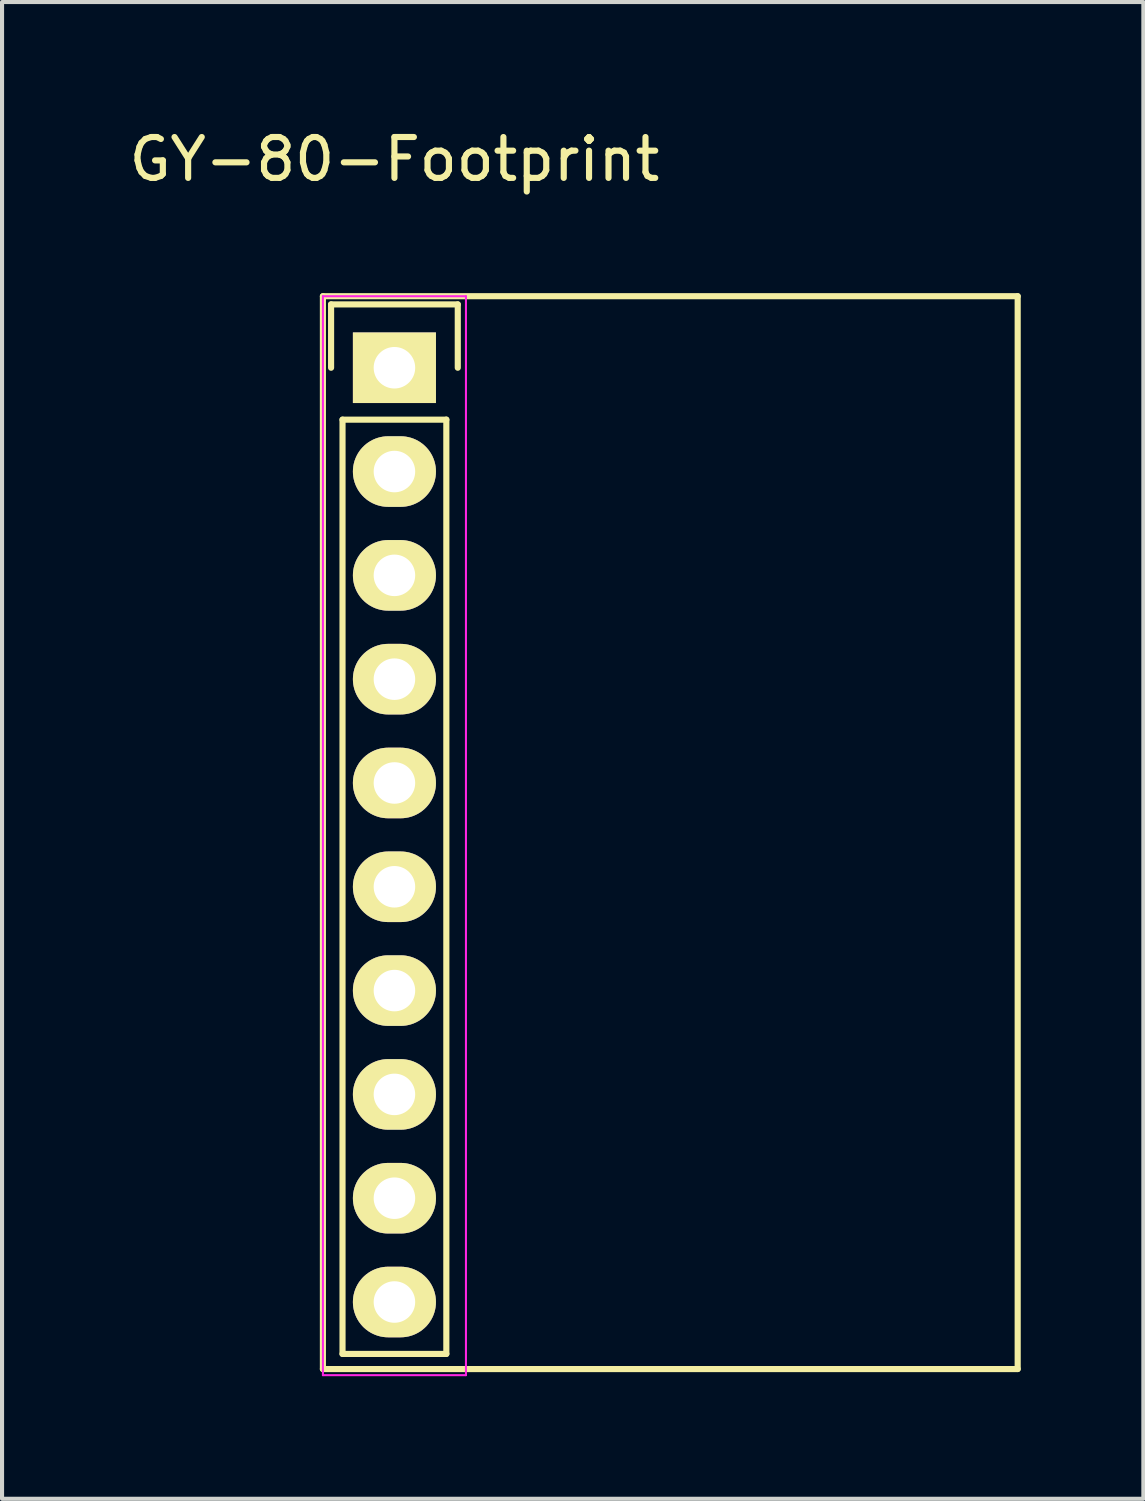
<source format=kicad_pcb>
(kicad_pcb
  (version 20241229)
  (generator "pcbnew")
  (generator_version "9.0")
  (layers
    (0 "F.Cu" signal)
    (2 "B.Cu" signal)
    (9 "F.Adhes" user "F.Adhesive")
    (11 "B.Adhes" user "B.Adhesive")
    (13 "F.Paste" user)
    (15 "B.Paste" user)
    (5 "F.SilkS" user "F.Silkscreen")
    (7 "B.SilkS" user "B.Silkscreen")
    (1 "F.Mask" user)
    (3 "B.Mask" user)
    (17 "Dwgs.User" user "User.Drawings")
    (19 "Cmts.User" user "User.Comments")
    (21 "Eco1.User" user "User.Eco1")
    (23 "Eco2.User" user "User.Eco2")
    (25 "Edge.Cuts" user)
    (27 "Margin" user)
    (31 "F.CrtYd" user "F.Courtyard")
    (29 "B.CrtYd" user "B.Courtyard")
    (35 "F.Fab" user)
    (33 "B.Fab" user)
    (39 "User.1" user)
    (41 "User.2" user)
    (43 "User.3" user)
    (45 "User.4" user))
  (footprint "GY-80-Footprint"
    (placed yes)
    (layer "F.Cu")
    (at 6.601 5.948)
    (property "Reference" "GY-80-Footprint" (at 0 -5.1 0) (layer "F.SilkS") (effects (font (size 1 1) (thickness 0.15))))
    (attr through_hole)
    (fp_line (start -1.75 -1.75) (end 15.25 -1.75) (stroke (width 0.15) (type solid)) (layer "F.SilkS"))
    (fp_line (start -1.75 24.5) (end -1.75 -1.75) (stroke (width 0.15) (type solid)) (layer "F.SilkS"))
    (fp_line (start -1.55 -1.55) (end 1.55 -1.55) (stroke (width 0.15) (type solid)) (layer "F.SilkS"))
    (fp_line (start -1.55 0) (end -1.55 -1.55) (stroke (width 0.15) (type solid)) (layer "F.SilkS"))
    (fp_line (start -1.27 24.13) (end -1.27 1.27) (stroke (width 0.15) (type solid)) (layer "F.SilkS"))
    (fp_line (start 1.27 1.27) (end -1.27 1.27) (stroke (width 0.15) (type solid)) (layer "F.SilkS"))
    (fp_line (start 1.27 1.27) (end 1.27 24.13) (stroke (width 0.15) (type solid)) (layer "F.SilkS"))
    (fp_line (start 1.27 24.13) (end -1.27 24.13) (stroke (width 0.15) (type solid)) (layer "F.SilkS"))
    (fp_line (start 1.55 -1.55) (end 1.55 0) (stroke (width 0.15) (type solid)) (layer "F.SilkS"))
    (fp_line (start 15.25 -1.75) (end 15.25 24.5) (stroke (width 0.15) (type solid)) (layer "F.SilkS"))
    (fp_line (start 15.25 24.5) (end -1.75 24.5) (stroke (width 0.15) (type solid)) (layer "F.SilkS"))
    (fp_line (start -1.75 -1.75) (end -1.75 24.65) (stroke (width 0.05) (type solid)) (layer "F.CrtYd"))
    (fp_line (start -1.75 -1.75) (end 1.75 -1.75) (stroke (width 0.05) (type solid)) (layer "F.CrtYd"))
    (fp_line (start -1.75 24.65) (end 1.75 24.65) (stroke (width 0.05) (type solid)) (layer "F.CrtYd"))
    (fp_line (start 1.75 -1.75) (end 1.75 24.65) (stroke (width 0.05) (type solid)) (layer "F.CrtYd"))
    (pad "1" thru_hole rect (at 0 0) (size 2.032 1.727) (drill 1.016) (layers "*.Cu" "*.Mask" "F.SilkS"))
    (pad "2" thru_hole oval (at 0 2.54) (size 2.032 1.727) (drill 1.016) (layers "*.Cu" "*.Mask" "F.SilkS"))
    (pad "3" thru_hole oval (at 0 5.08) (size 2.032 1.727) (drill 1.016) (layers "*.Cu" "*.Mask" "F.SilkS"))
    (pad "4" thru_hole oval (at 0 7.62) (size 2.032 1.727) (drill 1.016) (layers "*.Cu" "*.Mask" "F.SilkS"))
    (pad "5" thru_hole oval (at 0 10.16) (size 2.032 1.727) (drill 1.016) (layers "*.Cu" "*.Mask" "F.SilkS"))
    (pad "6" thru_hole oval (at 0 12.7) (size 2.032 1.727) (drill 1.016) (layers "*.Cu" "*.Mask" "F.SilkS"))
    (pad "7" thru_hole oval (at 0 15.24) (size 2.032 1.727) (drill 1.016) (layers "*.Cu" "*.Mask" "F.SilkS"))
    (pad "8" thru_hole oval (at 0 17.78) (size 2.032 1.727) (drill 1.016) (layers "*.Cu" "*.Mask" "F.SilkS"))
    (pad "9" thru_hole oval (at 0 20.32) (size 2.032 1.727) (drill 1.016) (layers "*.Cu" "*.Mask" "F.SilkS"))
    (pad "10" thru_hole oval (at 0 22.86) (size 2.032 1.727) (drill 1.016) (layers "*.Cu" "*.Mask" "F.SilkS")))
  (gr_rect
    (start -3 -3)
    (end 24.926 33.623)
    (stroke (width 0.1) (type default))
    (fill no)
    (layer "Edge.Cuts")))
</source>
